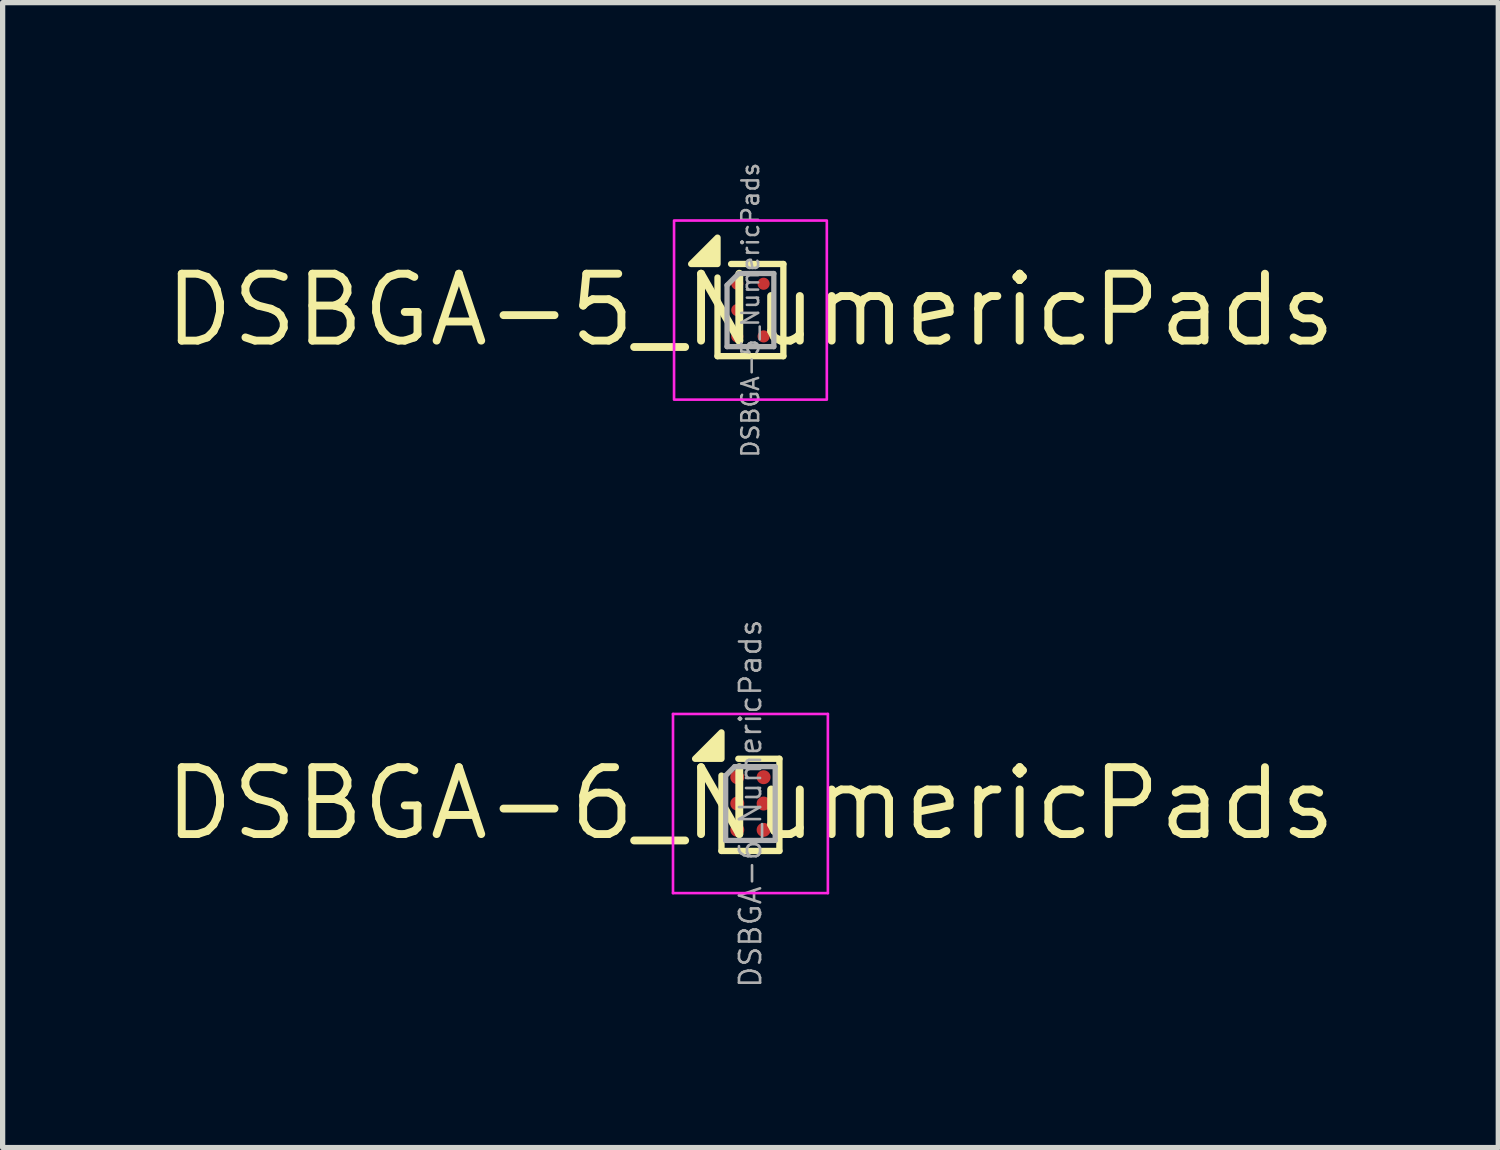
<source format=kicad_pcb>
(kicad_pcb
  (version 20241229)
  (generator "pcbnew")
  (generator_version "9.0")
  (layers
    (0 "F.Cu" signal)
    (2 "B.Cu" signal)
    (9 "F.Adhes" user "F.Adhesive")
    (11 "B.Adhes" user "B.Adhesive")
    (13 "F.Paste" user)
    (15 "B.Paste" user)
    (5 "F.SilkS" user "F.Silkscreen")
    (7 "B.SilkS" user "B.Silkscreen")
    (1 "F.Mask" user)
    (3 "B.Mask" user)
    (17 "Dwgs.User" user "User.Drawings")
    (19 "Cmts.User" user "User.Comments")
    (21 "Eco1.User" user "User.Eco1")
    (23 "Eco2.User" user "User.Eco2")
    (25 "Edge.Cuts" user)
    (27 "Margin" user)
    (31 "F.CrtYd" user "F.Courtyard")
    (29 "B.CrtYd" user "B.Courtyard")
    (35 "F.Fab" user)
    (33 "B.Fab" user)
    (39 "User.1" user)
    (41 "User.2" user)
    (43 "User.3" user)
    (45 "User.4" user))
  (footprint "DSBGA-5_NumericPads"
    (layer "F.Cu")
    (at 11.195 2.836)
    (property "Reference" "DSBGA-5_NumericPads" (at 0 0 0) (layer "F.SilkS") (effects (font (size 1.27 1.27) (thickness 0.15))))
    (attr smd)
    (fp_line (start -0.625 0.875) (end -0.625 -0.618) (stroke (width 0.12) (type solid)) (layer "F.SilkS"))
    (fp_line (start -0.367 -0.875) (end 0.625 -0.875) (stroke (width 0.12) (type solid)) (layer "F.SilkS"))
    (fp_line (start 0.625 -0.875) (end 0.625 0.875) (stroke (width 0.12) (type solid)) (layer "F.SilkS"))
    (fp_line (start 0.625 0.875) (end -0.625 0.875) (stroke (width 0.12) (type solid)) (layer "F.SilkS"))
    (fp_poly (pts (xy -0.625 -0.875) (xy -1.125 -0.875) (xy -0.625 -1.375)) (stroke (width 0.12) (type solid)) (fill yes) (layer "F.SilkS"))
    (fp_rect (start -1.45 -1.7) (end 1.45 1.7) (stroke (width 0.05) (type solid)) (fill no) (layer "F.CrtYd"))
    (fp_line (start -0.444 -0.472) (end -0.222 -0.694) (stroke (width 0.1) (type solid)) (layer "F.Fab"))
    (fp_line (start -0.444 0.694) (end -0.444 -0.472) (stroke (width 0.1) (type solid)) (layer "F.Fab"))
    (fp_line (start -0.222 -0.694) (end 0.444 -0.694) (stroke (width 0.1) (type solid)) (layer "F.Fab"))
    (fp_line (start 0.444 -0.694) (end 0.444 0.694) (stroke (width 0.1) (type solid)) (layer "F.Fab"))
    (fp_line (start 0.444 0.694) (end -0.444 0.694) (stroke (width 0.1) (type solid)) (layer "F.Fab"))
    (fp_text user "${REFERENCE}" (at 0 0 270) (layer "F.Fab") (effects (font (size 0.32 0.32) (thickness 0.048))))
    (pad "1" smd circle (at -0.25 -0.5) (size 0.23 0.23) (property pad_prop_bga) (layers "F.Cu" "F.Mask" "F.Paste"))
    (pad "2" smd circle (at -0.25 0) (size 0.23 0.23) (property pad_prop_bga) (layers "F.Cu" "F.Mask" "F.Paste"))
    (pad "3" smd circle (at 0.25 -0.5) (size 0.23 0.23) (property pad_prop_bga) (layers "F.Cu" "F.Mask" "F.Paste"))
    (pad "4" smd circle (at -0.25 0.5) (size 0.23 0.23) (property pad_prop_bga) (layers "F.Cu" "F.Mask" "F.Paste"))
    (pad "5" smd circle (at 0.25 0.5) (size 0.23 0.23) (property pad_prop_bga) (layers "F.Cu" "F.Mask" "F.Paste")))
  (footprint "DSBGA-6_NumericPads"
    (layer "F.Cu")
    (at 11.195 12.203)
    (property "Reference" "DSBGA-6_NumericPads" (at 0 0 0) (layer "F.SilkS") (effects (font (size 1.27 1.27) (thickness 0.15))))
    (property "Datasheet" "" (at 0 0 0) (layer "F.Fab") (effects (font (size 1.27 1.27) (thickness 0.15))))
    (property "Description" "" (at 0 0 0) (layer "F.Fab") (effects (font (size 1.27 1.27) (thickness 0.15))))
    (attr smd)
    (fp_line (start -0.55 -0.53) (end -0.55 0.9) (stroke (width 0.12) (type solid)) (layer "F.SilkS"))
    (fp_line (start -0.55 0.9) (end 0.55 0.9) (stroke (width 0.12) (type solid)) (layer "F.SilkS"))
    (fp_line (start 0.55 -0.85) (end -0.23 -0.85) (stroke (width 0.12) (type solid)) (layer "F.SilkS"))
    (fp_line (start 0.55 -0.85) (end 0.55 0.9) (stroke (width 0.12) (type solid)) (layer "F.SilkS"))
    (fp_poly (pts (xy -0.55 -0.85) (xy -1.05 -0.85) (xy -0.55 -1.35) (xy -0.55 -0.85)) (stroke (width 0.12) (type solid)) (fill yes) (layer "F.SilkS"))
    (fp_line (start -1.47 -1.7) (end -1.47 1.7) (stroke (width 0.05) (type solid)) (layer "F.CrtYd"))
    (fp_line (start -1.47 -1.7) (end 1.47 -1.7) (stroke (width 0.05) (type solid)) (layer "F.CrtYd"))
    (fp_line (start 1.47 1.7) (end -1.47 1.7) (stroke (width 0.05) (type solid)) (layer "F.CrtYd"))
    (fp_line (start 1.47 1.7) (end 1.47 -1.7) (stroke (width 0.05) (type solid)) (layer "F.CrtYd"))
    (fp_line (start -0.47 -0.53) (end -0.47 0.7) (stroke (width 0.1) (type solid)) (layer "F.Fab"))
    (fp_line (start -0.47 -0.53) (end -0.3 -0.7) (stroke (width 0.1) (type solid)) (layer "F.Fab"))
    (fp_line (start -0.47 0.7) (end 0.47 0.7) (stroke (width 0.1) (type solid)) (layer "F.Fab"))
    (fp_line (start 0.47 -0.7) (end -0.3 -0.7) (stroke (width 0.1) (type solid)) (layer "F.Fab"))
    (fp_line (start 0.47 0.7) (end 0.47 -0.7) (stroke (width 0.1) (type solid)) (layer "F.Fab"))
    (fp_text user "${REFERENCE}" (at 0 0 90) (layer "F.Fab") (effects (font (size 0.4 0.4) (thickness 0.05))))
    (pad "" smd rect (at -0.25 -0.5) (size 0.3 0.3) (layers "F.Paste"))
    (pad "" smd rect (at -0.25 0) (size 0.3 0.3) (layers "F.Paste"))
    (pad "" smd rect (at -0.25 0.5) (size 0.3 0.3) (layers "F.Paste"))
    (pad "" smd rect (at 0.25 -0.5) (size 0.3 0.3) (layers "F.Paste"))
    (pad "" smd rect (at 0.25 0) (size 0.3 0.3) (layers "F.Paste"))
    (pad "" smd rect (at 0.25 0.5) (size 0.3 0.3) (layers "F.Paste"))
    (pad "1" smd circle (at -0.25 -0.5) (size 0.265 0.265) (property pad_prop_bga) (layers "F.Cu" "F.Mask"))
    (pad "2" smd circle (at -0.25 0) (size 0.265 0.265) (property pad_prop_bga) (layers "F.Cu" "F.Mask"))
    (pad "3" smd circle (at 0.25 -0.5) (size 0.265 0.265) (property pad_prop_bga) (layers "F.Cu" "F.Mask"))
    (pad "4" smd circle (at -0.25 0.5) (size 0.265 0.265) (property pad_prop_bga) (layers "F.Cu" "F.Mask"))
    (pad "5" smd circle (at 0.25 0.5) (size 0.265 0.265) (property pad_prop_bga) (layers "F.Cu" "F.Mask"))
    (pad "6" smd circle (at 0.25 0) (size 0.265 0.265) (property pad_prop_bga) (layers "F.Cu" "F.Mask")))
  (gr_rect
    (start -3 -3)
    (end 25.391 18.733)
    (stroke (width 0.1) (type default))
    (fill no)
    (layer "Edge.Cuts")))
</source>
